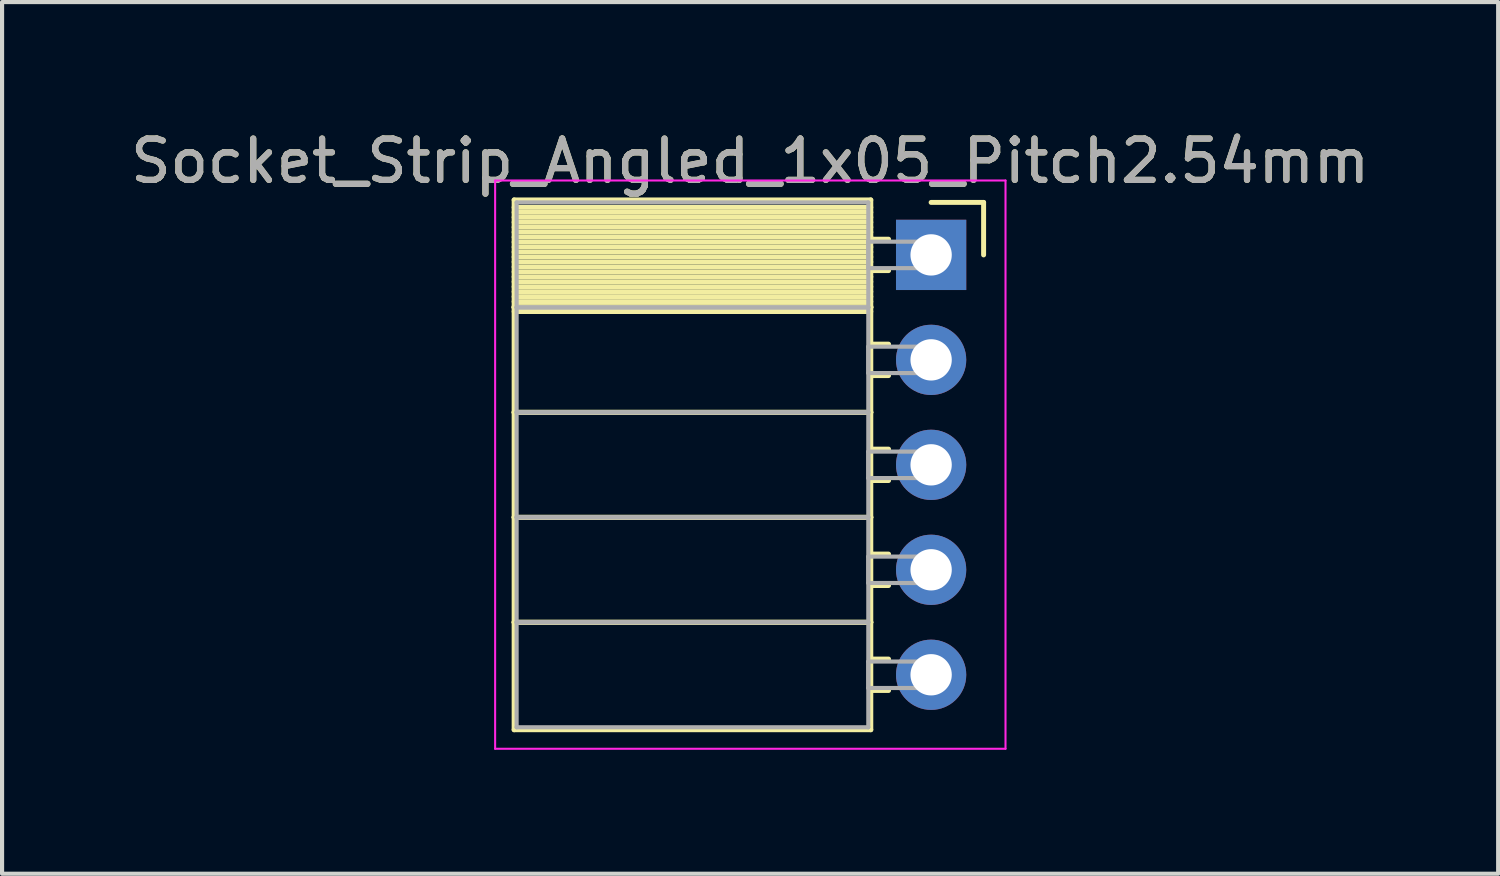
<source format=kicad_pcb>
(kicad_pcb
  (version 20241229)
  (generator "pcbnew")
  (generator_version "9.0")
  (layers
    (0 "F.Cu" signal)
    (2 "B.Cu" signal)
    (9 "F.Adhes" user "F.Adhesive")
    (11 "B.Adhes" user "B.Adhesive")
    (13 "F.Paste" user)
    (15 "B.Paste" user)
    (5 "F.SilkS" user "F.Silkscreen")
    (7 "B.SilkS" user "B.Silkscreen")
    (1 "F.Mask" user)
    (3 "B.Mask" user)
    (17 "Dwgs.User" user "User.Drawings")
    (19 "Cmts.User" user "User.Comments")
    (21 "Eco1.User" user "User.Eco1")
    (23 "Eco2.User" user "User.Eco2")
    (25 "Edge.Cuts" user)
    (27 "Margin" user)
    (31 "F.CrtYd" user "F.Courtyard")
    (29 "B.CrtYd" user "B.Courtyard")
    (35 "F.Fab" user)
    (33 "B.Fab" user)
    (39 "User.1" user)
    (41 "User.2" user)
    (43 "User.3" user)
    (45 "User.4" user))
  (footprint "Socket_Strip_Angled_1x05_Pitch2.54mm"
    (layer "F.Cu")
    (at 19.481 3.118)
    (property "Reference" "Socket_Strip_Angled_1x05_Pitch2.54mm" (at -4.38 -2.27 0) (layer "F.SilkS") (effects (font (size 1 1) (thickness 0.15))))
    (attr through_hole)
    (fp_line (start -10.09 -1.33) (end -1.46 -1.33) (stroke (width 0.12) (type solid)) (layer "F.SilkS"))
    (fp_line (start -10.09 1.27) (end -10.09 -1.33) (stroke (width 0.12) (type solid)) (layer "F.SilkS"))
    (fp_line (start -10.09 1.27) (end -1.46 1.27) (stroke (width 0.12) (type solid)) (layer "F.SilkS"))
    (fp_line (start -10.09 3.81) (end -10.09 1.27) (stroke (width 0.12) (type solid)) (layer "F.SilkS"))
    (fp_line (start -10.09 3.81) (end -1.46 3.81) (stroke (width 0.12) (type solid)) (layer "F.SilkS"))
    (fp_line (start -10.09 6.35) (end -10.09 3.81) (stroke (width 0.12) (type solid)) (layer "F.SilkS"))
    (fp_line (start -10.09 6.35) (end -1.46 6.35) (stroke (width 0.12) (type solid)) (layer "F.SilkS"))
    (fp_line (start -10.09 8.89) (end -10.09 6.35) (stroke (width 0.12) (type solid)) (layer "F.SilkS"))
    (fp_line (start -10.09 8.89) (end -1.46 8.89) (stroke (width 0.12) (type solid)) (layer "F.SilkS"))
    (fp_line (start -10.09 11.49) (end -10.09 8.89) (stroke (width 0.12) (type solid)) (layer "F.SilkS"))
    (fp_line (start -1.46 -1.33) (end -1.46 1.27) (stroke (width 0.12) (type solid)) (layer "F.SilkS"))
    (fp_line (start -1.46 -1.15) (end -10.09 -1.15) (stroke (width 0.12) (type solid)) (layer "F.SilkS"))
    (fp_line (start -1.46 -1.03) (end -10.09 -1.03) (stroke (width 0.12) (type solid)) (layer "F.SilkS"))
    (fp_line (start -1.46 -0.91) (end -10.09 -0.91) (stroke (width 0.12) (type solid)) (layer "F.SilkS"))
    (fp_line (start -1.46 -0.79) (end -10.09 -0.79) (stroke (width 0.12) (type solid)) (layer "F.SilkS"))
    (fp_line (start -1.46 -0.67) (end -10.09 -0.67) (stroke (width 0.12) (type solid)) (layer "F.SilkS"))
    (fp_line (start -1.46 -0.55) (end -10.09 -0.55) (stroke (width 0.12) (type solid)) (layer "F.SilkS"))
    (fp_line (start -1.46 -0.43) (end -10.09 -0.43) (stroke (width 0.12) (type solid)) (layer "F.SilkS"))
    (fp_line (start -1.46 -0.31) (end -10.09 -0.31) (stroke (width 0.12) (type solid)) (layer "F.SilkS"))
    (fp_line (start -1.46 -0.19) (end -10.09 -0.19) (stroke (width 0.12) (type solid)) (layer "F.SilkS"))
    (fp_line (start -1.46 -0.07) (end -10.09 -0.07) (stroke (width 0.12) (type solid)) (layer "F.SilkS"))
    (fp_line (start -1.46 0.05) (end -10.09 0.05) (stroke (width 0.12) (type solid)) (layer "F.SilkS"))
    (fp_line (start -1.46 0.17) (end -10.09 0.17) (stroke (width 0.12) (type solid)) (layer "F.SilkS"))
    (fp_line (start -1.46 0.29) (end -10.09 0.29) (stroke (width 0.12) (type solid)) (layer "F.SilkS"))
    (fp_line (start -1.46 0.41) (end -10.09 0.41) (stroke (width 0.12) (type solid)) (layer "F.SilkS"))
    (fp_line (start -1.46 0.53) (end -10.09 0.53) (stroke (width 0.12) (type solid)) (layer "F.SilkS"))
    (fp_line (start -1.46 0.65) (end -10.09 0.65) (stroke (width 0.12) (type solid)) (layer "F.SilkS"))
    (fp_line (start -1.46 0.77) (end -10.09 0.77) (stroke (width 0.12) (type solid)) (layer "F.SilkS"))
    (fp_line (start -1.46 0.89) (end -10.09 0.89) (stroke (width 0.12) (type solid)) (layer "F.SilkS"))
    (fp_line (start -1.46 1.01) (end -10.09 1.01) (stroke (width 0.12) (type solid)) (layer "F.SilkS"))
    (fp_line (start -1.46 1.13) (end -10.09 1.13) (stroke (width 0.12) (type solid)) (layer "F.SilkS"))
    (fp_line (start -1.46 1.25) (end -10.09 1.25) (stroke (width 0.12) (type solid)) (layer "F.SilkS"))
    (fp_line (start -1.46 1.27) (end -10.09 1.27) (stroke (width 0.12) (type solid)) (layer "F.SilkS"))
    (fp_line (start -1.46 1.27) (end -1.46 3.81) (stroke (width 0.12) (type solid)) (layer "F.SilkS"))
    (fp_line (start -1.46 1.37) (end -10.09 1.37) (stroke (width 0.12) (type solid)) (layer "F.SilkS"))
    (fp_line (start -1.46 3.81) (end -10.09 3.81) (stroke (width 0.12) (type solid)) (layer "F.SilkS"))
    (fp_line (start -1.46 3.81) (end -1.46 6.35) (stroke (width 0.12) (type solid)) (layer "F.SilkS"))
    (fp_line (start -1.46 6.35) (end -10.09 6.35) (stroke (width 0.12) (type solid)) (layer "F.SilkS"))
    (fp_line (start -1.46 6.35) (end -1.46 8.89) (stroke (width 0.12) (type solid)) (layer "F.SilkS"))
    (fp_line (start -1.46 8.89) (end -10.09 8.89) (stroke (width 0.12) (type solid)) (layer "F.SilkS"))
    (fp_line (start -1.46 8.89) (end -1.46 11.49) (stroke (width 0.12) (type solid)) (layer "F.SilkS"))
    (fp_line (start -1.46 11.49) (end -10.09 11.49) (stroke (width 0.12) (type solid)) (layer "F.SilkS"))
    (fp_line (start -1.03 -0.38) (end -1.46 -0.38) (stroke (width 0.12) (type solid)) (layer "F.SilkS"))
    (fp_line (start -1.03 0.38) (end -1.46 0.38) (stroke (width 0.12) (type solid)) (layer "F.SilkS"))
    (fp_line (start -1.03 2.16) (end -1.46 2.16) (stroke (width 0.12) (type solid)) (layer "F.SilkS"))
    (fp_line (start -1.03 2.92) (end -1.46 2.92) (stroke (width 0.12) (type solid)) (layer "F.SilkS"))
    (fp_line (start -1.03 4.7) (end -1.46 4.7) (stroke (width 0.12) (type solid)) (layer "F.SilkS"))
    (fp_line (start -1.03 5.46) (end -1.46 5.46) (stroke (width 0.12) (type solid)) (layer "F.SilkS"))
    (fp_line (start -1.03 7.24) (end -1.46 7.24) (stroke (width 0.12) (type solid)) (layer "F.SilkS"))
    (fp_line (start -1.03 8) (end -1.46 8) (stroke (width 0.12) (type solid)) (layer "F.SilkS"))
    (fp_line (start -1.03 9.78) (end -1.46 9.78) (stroke (width 0.12) (type solid)) (layer "F.SilkS"))
    (fp_line (start -1.03 10.54) (end -1.46 10.54) (stroke (width 0.12) (type solid)) (layer "F.SilkS"))
    (fp_line (start 0 -1.27) (end 1.27 -1.27) (stroke (width 0.12) (type solid)) (layer "F.SilkS"))
    (fp_line (start 1.27 -1.27) (end 1.27 0) (stroke (width 0.12) (type solid)) (layer "F.SilkS"))
    (fp_line (start -10.55 -1.8) (end 1.8 -1.8) (stroke (width 0.05) (type solid)) (layer "F.CrtYd"))
    (fp_line (start -10.55 11.95) (end -10.55 -1.8) (stroke (width 0.05) (type solid)) (layer "F.CrtYd"))
    (fp_line (start 1.8 -1.8) (end 1.8 11.95) (stroke (width 0.05) (type solid)) (layer "F.CrtYd"))
    (fp_line (start 1.8 11.95) (end -10.55 11.95) (stroke (width 0.05) (type solid)) (layer "F.CrtYd"))
    (fp_line (start -10.03 -1.27) (end -1.52 -1.27) (stroke (width 0.1) (type solid)) (layer "F.Fab"))
    (fp_line (start -10.03 1.27) (end -10.03 -1.27) (stroke (width 0.1) (type solid)) (layer "F.Fab"))
    (fp_line (start -10.03 1.27) (end -1.52 1.27) (stroke (width 0.1) (type solid)) (layer "F.Fab"))
    (fp_line (start -10.03 3.81) (end -10.03 1.27) (stroke (width 0.1) (type solid)) (layer "F.Fab"))
    (fp_line (start -10.03 3.81) (end -1.52 3.81) (stroke (width 0.1) (type solid)) (layer "F.Fab"))
    (fp_line (start -10.03 6.35) (end -10.03 3.81) (stroke (width 0.1) (type solid)) (layer "F.Fab"))
    (fp_line (start -10.03 6.35) (end -1.52 6.35) (stroke (width 0.1) (type solid)) (layer "F.Fab"))
    (fp_line (start -10.03 8.89) (end -10.03 6.35) (stroke (width 0.1) (type solid)) (layer "F.Fab"))
    (fp_line (start -10.03 8.89) (end -1.52 8.89) (stroke (width 0.1) (type solid)) (layer "F.Fab"))
    (fp_line (start -10.03 11.43) (end -10.03 8.89) (stroke (width 0.1) (type solid)) (layer "F.Fab"))
    (fp_line (start -1.52 -1.27) (end -1.52 1.27) (stroke (width 0.1) (type solid)) (layer "F.Fab"))
    (fp_line (start -1.52 -0.32) (end 0 -0.32) (stroke (width 0.1) (type solid)) (layer "F.Fab"))
    (fp_line (start -1.52 0.32) (end -1.52 -0.32) (stroke (width 0.1) (type solid)) (layer "F.Fab"))
    (fp_line (start -1.52 1.27) (end -10.03 1.27) (stroke (width 0.1) (type solid)) (layer "F.Fab"))
    (fp_line (start -1.52 1.27) (end -1.52 3.81) (stroke (width 0.1) (type solid)) (layer "F.Fab"))
    (fp_line (start -1.52 2.22) (end 0 2.22) (stroke (width 0.1) (type solid)) (layer "F.Fab"))
    (fp_line (start -1.52 2.86) (end -1.52 2.22) (stroke (width 0.1) (type solid)) (layer "F.Fab"))
    (fp_line (start -1.52 3.81) (end -10.03 3.81) (stroke (width 0.1) (type solid)) (layer "F.Fab"))
    (fp_line (start -1.52 3.81) (end -1.52 6.35) (stroke (width 0.1) (type solid)) (layer "F.Fab"))
    (fp_line (start -1.52 4.76) (end 0 4.76) (stroke (width 0.1) (type solid)) (layer "F.Fab"))
    (fp_line (start -1.52 5.4) (end -1.52 4.76) (stroke (width 0.1) (type solid)) (layer "F.Fab"))
    (fp_line (start -1.52 6.35) (end -10.03 6.35) (stroke (width 0.1) (type solid)) (layer "F.Fab"))
    (fp_line (start -1.52 6.35) (end -1.52 8.89) (stroke (width 0.1) (type solid)) (layer "F.Fab"))
    (fp_line (start -1.52 7.3) (end 0 7.3) (stroke (width 0.1) (type solid)) (layer "F.Fab"))
    (fp_line (start -1.52 7.94) (end -1.52 7.3) (stroke (width 0.1) (type solid)) (layer "F.Fab"))
    (fp_line (start -1.52 8.89) (end -10.03 8.89) (stroke (width 0.1) (type solid)) (layer "F.Fab"))
    (fp_line (start -1.52 8.89) (end -1.52 11.43) (stroke (width 0.1) (type solid)) (layer "F.Fab"))
    (fp_line (start -1.52 9.84) (end 0 9.84) (stroke (width 0.1) (type solid)) (layer "F.Fab"))
    (fp_line (start -1.52 10.48) (end -1.52 9.84) (stroke (width 0.1) (type solid)) (layer "F.Fab"))
    (fp_line (start -1.52 11.43) (end -10.03 11.43) (stroke (width 0.1) (type solid)) (layer "F.Fab"))
    (fp_line (start 0 -0.32) (end 0 0.32) (stroke (width 0.1) (type solid)) (layer "F.Fab"))
    (fp_line (start 0 0.32) (end -1.52 0.32) (stroke (width 0.1) (type solid)) (layer "F.Fab"))
    (fp_line (start 0 2.22) (end 0 2.86) (stroke (width 0.1) (type solid)) (layer "F.Fab"))
    (fp_line (start 0 2.86) (end -1.52 2.86) (stroke (width 0.1) (type solid)) (layer "F.Fab"))
    (fp_line (start 0 4.76) (end 0 5.4) (stroke (width 0.1) (type solid)) (layer "F.Fab"))
    (fp_line (start 0 5.4) (end -1.52 5.4) (stroke (width 0.1) (type solid)) (layer "F.Fab"))
    (fp_line (start 0 7.3) (end 0 7.94) (stroke (width 0.1) (type solid)) (layer "F.Fab"))
    (fp_line (start 0 7.94) (end -1.52 7.94) (stroke (width 0.1) (type solid)) (layer "F.Fab"))
    (fp_line (start 0 9.84) (end 0 10.48) (stroke (width 0.1) (type solid)) (layer "F.Fab"))
    (fp_line (start 0 10.48) (end -1.52 10.48) (stroke (width 0.1) (type solid)) (layer "F.Fab"))
    (fp_text user "${REFERENCE}" (at -4.38 -2.27 0) (layer "F.Fab") (effects (font (size 1 1) (thickness 0.15))))
    (pad "1" thru_hole rect (at 0 0) (size 1.7 1.7) (drill 1) (layers "*.Cu" "*.Mask"))
    (pad "2" thru_hole oval (at 0 2.54) (size 1.7 1.7) (drill 1) (layers "*.Cu" "*.Mask"))
    (pad "3" thru_hole oval (at 0 5.08) (size 1.7 1.7) (drill 1) (layers "*.Cu" "*.Mask"))
    (pad "4" thru_hole oval (at 0 7.62) (size 1.7 1.7) (drill 1) (layers "*.Cu" "*.Mask"))
    (pad "5" thru_hole oval (at 0 10.16) (size 1.7 1.7) (drill 1) (layers "*.Cu" "*.Mask")))
  (gr_rect
    (start -3 -3)
    (end 33.202 18.093)
    (stroke (width 0.1) (type default))
    (fill no)
    (layer "Edge.Cuts")))
</source>
